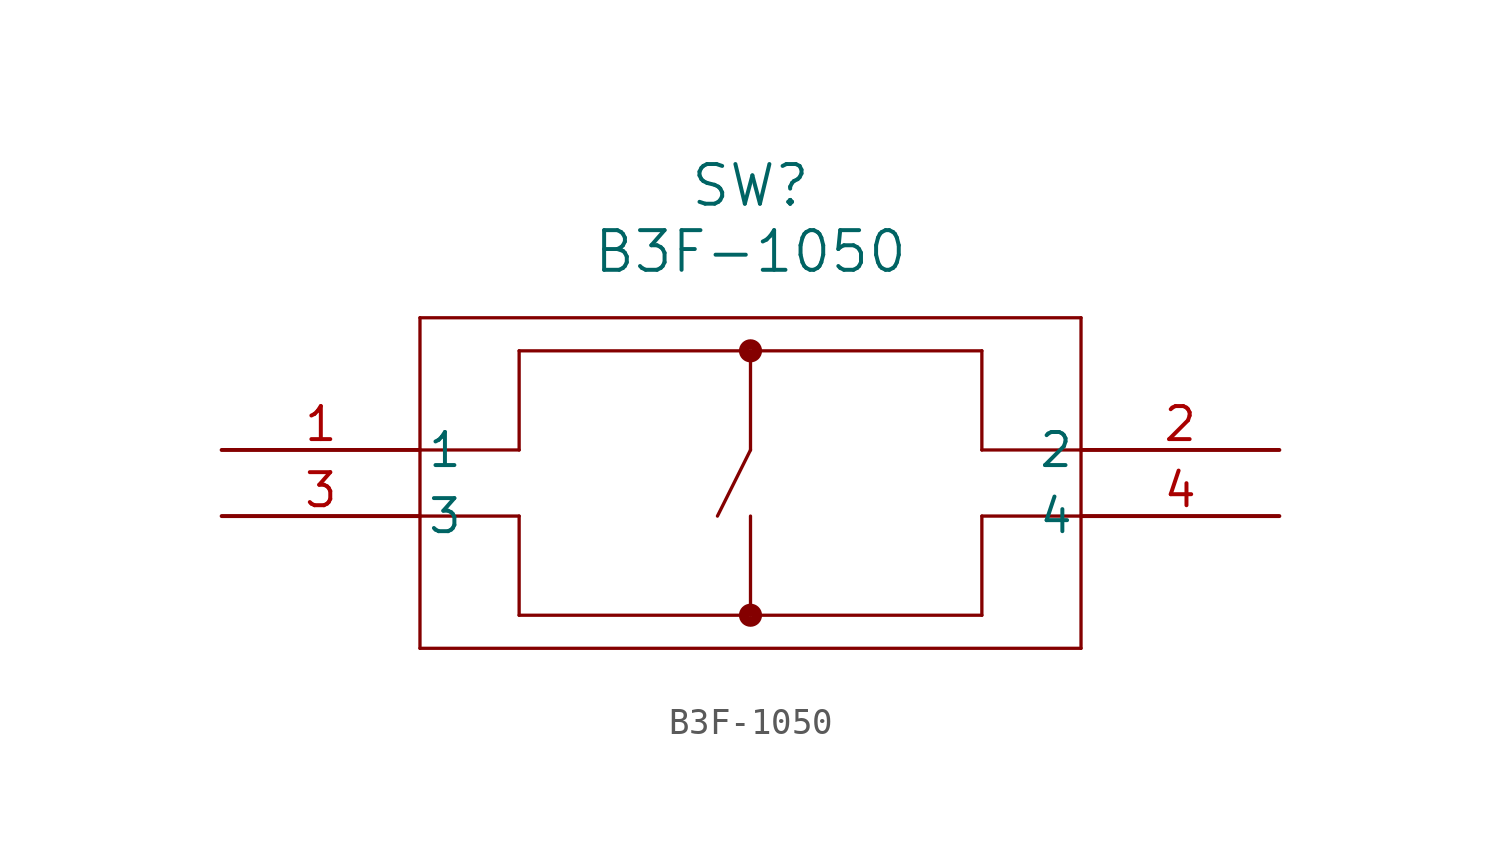
<source format=kicad_sym>
(kicad_symbol_lib
  (version 20211014)
  (generator kicad_symbol_editor)
  (symbol "B3F-1050"
    (pin_names
      (offset 0.254))
    (property "Reference" "SW"
      (at 20.32 10.16 0)
      (effects (font (size 1.524 1.524))))
    (property "Value" "B3F-1050"
      (at 20.32 7.62 0)
      (effects (font (size 1.524 1.524))))
    (symbol "B3F-1050_0_1"
      (polyline (pts (xy 7.62 5.08) (xy 7.62 -7.62)) (stroke (width 0.127) (type default) (color 0 0 0 0)) (fill (type none)))
      (polyline (pts (xy 7.62 -7.62) (xy 33.02 -7.62)) (stroke (width 0.127) (type default) (color 0 0 0 0)) (fill (type none)))
      (polyline (pts (xy 33.02 -7.62) (xy 33.02 5.08)) (stroke (width 0.127) (type default) (color 0 0 0 0)) (fill (type none)))
      (polyline (pts (xy 33.02 5.08) (xy 7.62 5.08)) (stroke (width 0.127) (type default) (color 0 0 0 0)) (fill (type none)))
      (polyline (pts (xy 7.62 0) (xy 11.43 0)) (stroke (width 0.127) (type default) (color 0 0 0 0)) (fill (type none)))
      (polyline (pts (xy 7.62 -2.54) (xy 11.43 -2.54)) (stroke (width 0.127) (type default) (color 0 0 0 0)) (fill (type none)))
      (polyline (pts (xy 33.02 0) (xy 29.21 0)) (stroke (width 0.127) (type default) (color 0 0 0 0)) (fill (type none)))
      (polyline (pts (xy 29.21 -2.54) (xy 33.02 -2.54)) (stroke (width 0.127) (type default) (color 0 0 0 0)) (fill (type none)))
      (polyline (pts (xy 29.21 0) (xy 29.21 3.81)) (stroke (width 0.127) (type default) (color 0 0 0 0)) (fill (type none)))
      (polyline (pts (xy 29.21 3.81) (xy 11.43 3.81)) (stroke (width 0.127) (type default) (color 0 0 0 0)) (fill (type none)))
      (polyline (pts (xy 11.43 0) (xy 11.43 3.81)) (stroke (width 0.127) (type default) (color 0 0 0 0)) (fill (type none)))
      (polyline (pts (xy 11.43 -2.54) (xy 11.43 -6.35)) (stroke (width 0.127) (type default) (color 0 0 0 0)) (fill (type none)))
      (polyline (pts (xy 11.43 -6.35) (xy 29.21 -6.35)) (stroke (width 0.127) (type default) (color 0 0 0 0)) (fill (type none)))
      (polyline (pts (xy 29.21 -6.35) (xy 29.21 -2.54)) (stroke (width 0.127) (type default) (color 0 0 0 0)) (fill (type none)))
      (circle (center 20.32 3.81) (radius 0.254) (stroke (width 0.381) (type default) (color 0 0 0 0)) (fill (type none)))
      (circle (center 20.32 -6.35) (radius 0.254) (stroke (width 0.381) (type default) (color 0 0 0 0)) (fill (type none)))
      (polyline (pts (xy 20.32 3.81) (xy 20.32 0)) (stroke (width 0.127) (type default) (color 0 0 0 0)) (fill (type none)))
      (polyline (pts (xy 20.32 -2.54) (xy 20.32 -6.35)) (stroke (width 0.127) (type default) (color 0 0 0 0)) (fill (type none)))
      (polyline (pts (xy 20.32 0) (xy 19.05 -2.54)) (stroke (width 0.127) (type default) (color 0 0 0 0)) (fill (type none)))
      (pin unspecified line (at 0 0 0) (length 7.62) (name "1" (effects (font (size 1.27 1.27)))) (number "1" (effects (font (size 1.27 1.27)))))
      (pin unspecified line (at 40.64 0 180) (length 7.62) (name "2" (effects (font (size 1.27 1.27)))) (number "2" (effects (font (size 1.27 1.27)))))
      (pin unspecified line (at 0 -2.54 0) (length 7.62) (name "3" (effects (font (size 1.27 1.27)))) (number "3" (effects (font (size 1.27 1.27)))))
      (pin unspecified line (at 40.64 -2.54 180) (length 7.62) (name "4" (effects (font (size 1.27 1.27)))) (number "4" (effects (font (size 1.27 1.27))))))))
</source>
